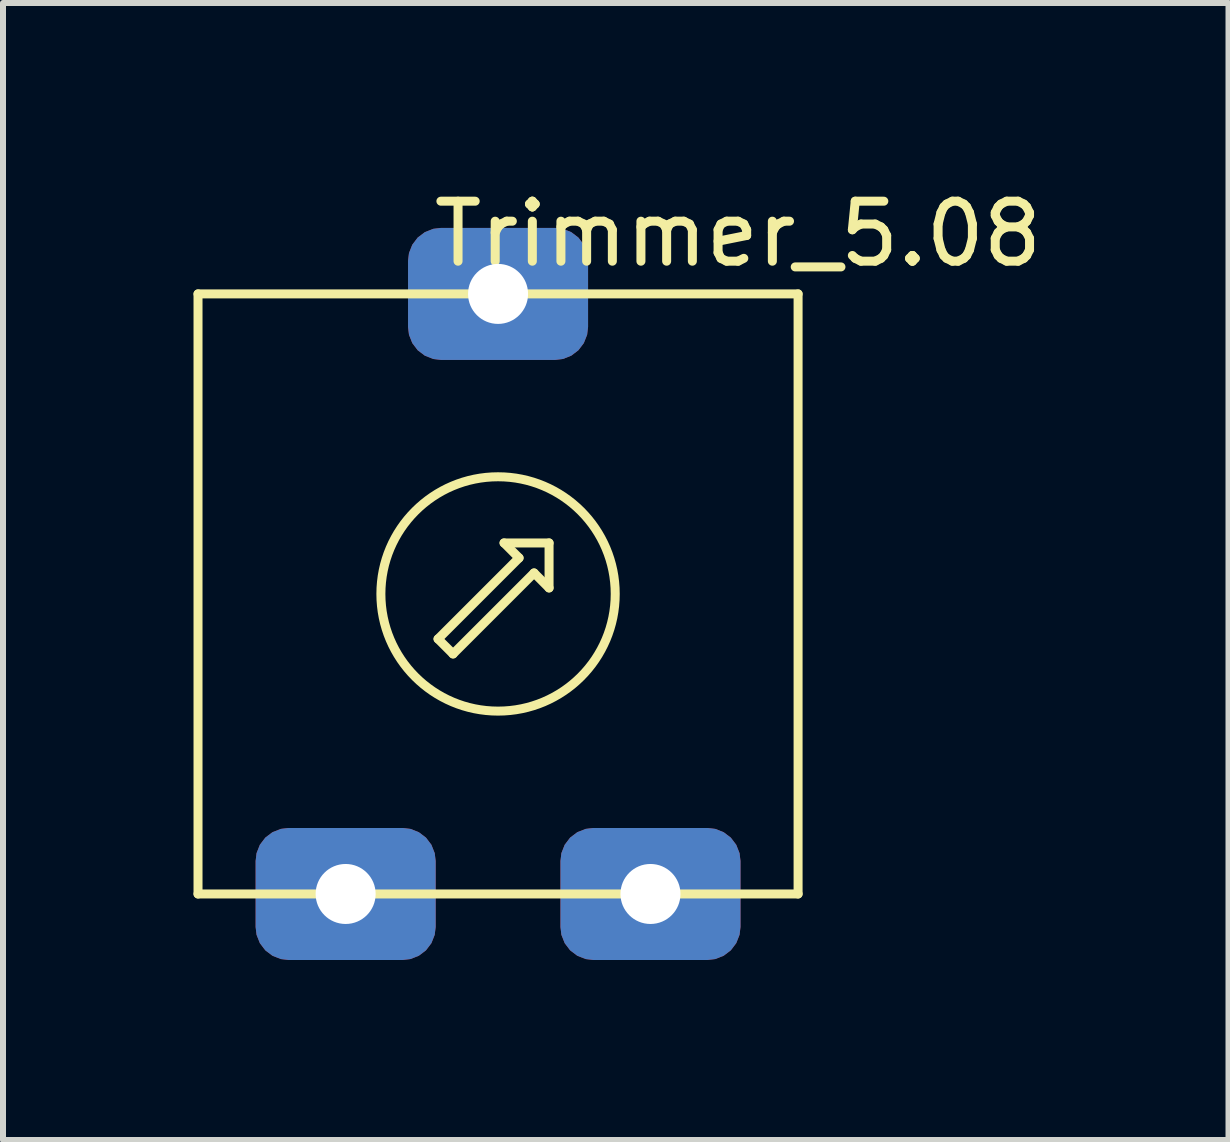
<source format=kicad_pcb>
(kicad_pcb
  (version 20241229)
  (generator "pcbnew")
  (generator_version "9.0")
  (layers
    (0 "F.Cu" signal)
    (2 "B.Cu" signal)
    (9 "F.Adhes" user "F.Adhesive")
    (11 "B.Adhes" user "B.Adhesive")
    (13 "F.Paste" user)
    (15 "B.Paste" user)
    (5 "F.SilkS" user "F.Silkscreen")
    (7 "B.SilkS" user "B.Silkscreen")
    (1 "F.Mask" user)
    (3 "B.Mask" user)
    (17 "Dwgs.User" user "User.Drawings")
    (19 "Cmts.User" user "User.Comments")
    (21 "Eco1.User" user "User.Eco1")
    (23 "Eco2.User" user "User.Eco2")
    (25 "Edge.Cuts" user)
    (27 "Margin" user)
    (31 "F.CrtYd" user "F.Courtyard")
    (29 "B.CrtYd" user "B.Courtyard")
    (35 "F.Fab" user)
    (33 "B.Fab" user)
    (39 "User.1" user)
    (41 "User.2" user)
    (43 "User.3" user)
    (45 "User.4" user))
  (footprint "Trimmer_5.08"
    (layer "F.Cu")
    (at 0.25 11.848)
    (property "Reference" "Trimmer_5.08" (at 9 -11 0) (layer "F.SilkS") (effects (font (size 1 1) (thickness 0.15))))
    (attr through_hole)
    (fp_line (start 0 -10) (end 0 0) (stroke (width 0.15) (type solid)) (layer "F.SilkS"))
    (fp_line (start 0 0) (end 10 0) (stroke (width 0.15) (type solid)) (layer "F.SilkS"))
    (fp_line (start 4 -4.25) (end 5.35 -5.6) (stroke (width 0.15) (type solid)) (layer "F.SilkS"))
    (fp_line (start 4.25 -4) (end 4 -4.25) (stroke (width 0.15) (type solid)) (layer "F.SilkS"))
    (fp_line (start 5.1 -5.85) (end 5.85 -5.85) (stroke (width 0.15) (type solid)) (layer "F.SilkS"))
    (fp_line (start 5.35 -5.6) (end 5.1 -5.85) (stroke (width 0.15) (type solid)) (layer "F.SilkS"))
    (fp_line (start 5.6 -5.35) (end 4.25 -4) (stroke (width 0.15) (type solid)) (layer "F.SilkS"))
    (fp_line (start 5.85 -5.85) (end 5.85 -5.1) (stroke (width 0.15) (type solid)) (layer "F.SilkS"))
    (fp_line (start 5.85 -5.1) (end 5.6 -5.35) (stroke (width 0.15) (type solid)) (layer "F.SilkS"))
    (fp_line (start 10 -10) (end 0 -10) (stroke (width 0.15) (type solid)) (layer "F.SilkS"))
    (fp_line (start 10 0) (end 10 -10) (stroke (width 0.15) (type solid)) (layer "F.SilkS"))
    (fp_circle (center 5 -5) (end 6.25 -3.5) (stroke (width 0.15) (type solid)) (fill no) (layer "F.SilkS"))
    (pad "1" thru_hole roundrect (at 2.46 0) (size 3 2.2) (drill 1) (layers "*.Cu" "*.Mask") (roundrect_rratio 0.25))
    (pad "2" thru_hole roundrect (at 5 -10) (size 3 2.2) (drill 1) (layers "*.Cu" "*.Mask") (roundrect_rratio 0.25))
    (pad "3" thru_hole roundrect (at 7.54 0) (size 3 2.2) (drill 1) (layers "*.Cu" "*.Mask") (roundrect_rratio 0.25)))
  (gr_rect
    (start -3 -3)
    (end 17.423 15.948)
    (stroke (width 0.1) (type default))
    (fill no)
    (layer "Edge.Cuts")))
</source>
